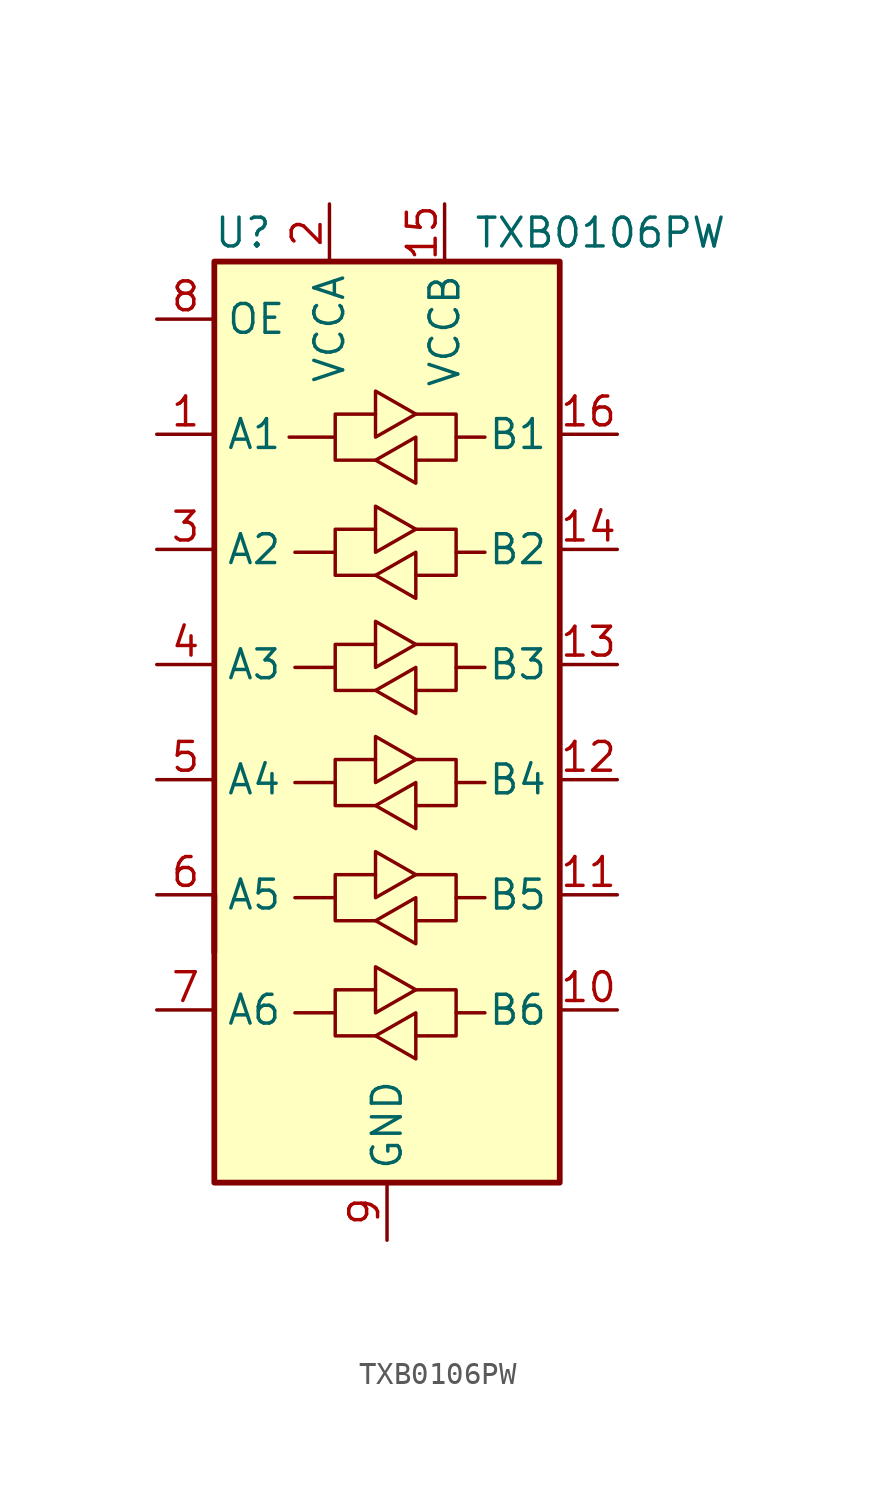
<source format=kicad_sym>
(kicad_symbol_lib
  (version 20220914)
  (generator kicad_symbol_editor)
  (symbol "TXB0106PW"
    (property "Reference" "U"
      (at -6.35 16.51 0)
      (effects (font (size 1.27 1.27))))
    (property "Value" "TXB0106PW"
      (at 3.81 16.51 0)
      (effects (font (size 1.27 1.27)) (justify left)))
    (symbol "TXB0106PW_0_1"
      (rectangle (start -7.62 -12.7) (end -7.62 -15.24) (stroke (width 0.254) (type default)) (fill (type none)))
      (rectangle (start -7.62 15.24) (end 7.62 -25.4) (stroke (width 0.254) (type default)) (fill (type background)))
      (polyline (pts (xy -2.286 -17.907) (xy -2.286 -16.891) (xy -0.508 -16.891)) (stroke (width 0) (type default)) (fill (type none)))
      (polyline (pts (xy -2.286 -12.827) (xy -2.286 -11.811) (xy -0.508 -11.811)) (stroke (width 0) (type default)) (fill (type none)))
      (polyline (pts (xy -2.286 -7.747) (xy -2.286 -6.731) (xy -0.508 -6.731)) (stroke (width 0) (type default)) (fill (type none)))
      (polyline (pts (xy -2.286 -2.667) (xy -2.286 -1.651) (xy -0.508 -1.651)) (stroke (width 0) (type default)) (fill (type none)))
      (polyline (pts (xy -2.286 2.413) (xy -2.286 3.429) (xy -0.508 3.429)) (stroke (width 0) (type default)) (fill (type none)))
      (polyline (pts (xy -2.286 7.493) (xy -2.286 8.509) (xy -0.508 8.509)) (stroke (width 0) (type default)) (fill (type none)))
      (polyline (pts (xy 3.048 -17.907) (xy 3.048 -18.923) (xy 1.27 -18.923)) (stroke (width 0) (type default)) (fill (type none)))
      (polyline (pts (xy 3.048 -12.827) (xy 3.048 -13.843) (xy 1.27 -13.843)) (stroke (width 0) (type default)) (fill (type none)))
      (polyline (pts (xy 3.048 -7.747) (xy 3.048 -8.763) (xy 1.27 -8.763)) (stroke (width 0) (type default)) (fill (type none)))
      (polyline (pts (xy 3.048 -2.667) (xy 3.048 -3.683) (xy 1.27 -3.683)) (stroke (width 0) (type default)) (fill (type none)))
      (polyline (pts (xy 3.048 2.413) (xy 3.048 1.397) (xy 1.27 1.397)) (stroke (width 0) (type default)) (fill (type none)))
      (polyline (pts (xy 3.048 7.493) (xy 3.048 6.477) (xy 1.27 6.477)) (stroke (width 0) (type default)) (fill (type none)))
      (polyline (pts (xy -0.508 -18.923) (xy -2.286 -18.923) (xy -2.286 -17.907) (xy -4.064 -17.907)) (stroke (width 0) (type default)) (fill (type none)))
      (polyline (pts (xy -0.508 -18.923) (xy 1.27 -17.907) (xy 1.27 -19.939) (xy -0.508 -18.923)) (stroke (width 0) (type default)) (fill (type none)))
      (polyline (pts (xy -0.508 -13.843) (xy -2.286 -13.843) (xy -2.286 -12.827) (xy -4.064 -12.827)) (stroke (width 0) (type default)) (fill (type none)))
      (polyline (pts (xy -0.508 -13.843) (xy 1.27 -12.827) (xy 1.27 -14.859) (xy -0.508 -13.843)) (stroke (width 0) (type default)) (fill (type none)))
      (polyline (pts (xy -0.508 -8.763) (xy -2.286 -8.763) (xy -2.286 -7.747) (xy -4.064 -7.747)) (stroke (width 0) (type default)) (fill (type none)))
      (polyline (pts (xy -0.508 -8.763) (xy 1.27 -7.747) (xy 1.27 -9.779) (xy -0.508 -8.763)) (stroke (width 0) (type default)) (fill (type none)))
      (polyline (pts (xy -0.508 -3.683) (xy -2.286 -3.683) (xy -2.286 -2.667) (xy -4.064 -2.667)) (stroke (width 0) (type default)) (fill (type none)))
      (polyline (pts (xy -0.508 -3.683) (xy 1.27 -2.667) (xy 1.27 -4.699) (xy -0.508 -3.683)) (stroke (width 0) (type default)) (fill (type none)))
      (polyline (pts (xy -0.508 1.397) (xy -2.286 1.397) (xy -2.286 2.413) (xy -4.064 2.413)) (stroke (width 0) (type default)) (fill (type none)))
      (polyline (pts (xy -0.508 1.397) (xy 1.27 2.413) (xy 1.27 0.381) (xy -0.508 1.397)) (stroke (width 0) (type default)) (fill (type none)))
      (polyline (pts (xy -0.508 6.477) (xy -2.286 6.477) (xy -2.286 7.493) (xy -4.318 7.493)) (stroke (width 0) (type default)) (fill (type none)))
      (polyline (pts (xy -0.508 6.477) (xy 1.27 7.493) (xy 1.27 5.461) (xy -0.508 6.477)) (stroke (width 0) (type default)) (fill (type none)))
      (polyline (pts (xy 1.27 -16.891) (xy -0.508 -17.907) (xy -0.508 -15.875) (xy 1.27 -16.891)) (stroke (width 0) (type default)) (fill (type none)))
      (polyline (pts (xy 1.27 -16.891) (xy 3.048 -16.891) (xy 3.048 -17.907) (xy 4.318 -17.907)) (stroke (width 0) (type default)) (fill (type none)))
      (polyline (pts (xy 1.27 -11.811) (xy -0.508 -12.827) (xy -0.508 -10.795) (xy 1.27 -11.811)) (stroke (width 0) (type default)) (fill (type none)))
      (polyline (pts (xy 1.27 -11.811) (xy 3.048 -11.811) (xy 3.048 -12.827) (xy 4.318 -12.827)) (stroke (width 0) (type default)) (fill (type none)))
      (polyline (pts (xy 1.27 -6.731) (xy -0.508 -7.747) (xy -0.508 -5.715) (xy 1.27 -6.731)) (stroke (width 0) (type default)) (fill (type none)))
      (polyline (pts (xy 1.27 -6.731) (xy 3.048 -6.731) (xy 3.048 -7.747) (xy 4.318 -7.747)) (stroke (width 0) (type default)) (fill (type none)))
      (polyline (pts (xy 1.27 -1.651) (xy -0.508 -2.667) (xy -0.508 -0.635) (xy 1.27 -1.651)) (stroke (width 0) (type default)) (fill (type none)))
      (polyline (pts (xy 1.27 -1.651) (xy 3.048 -1.651) (xy 3.048 -2.667) (xy 4.318 -2.667)) (stroke (width 0) (type default)) (fill (type none)))
      (polyline (pts (xy 1.27 3.429) (xy -0.508 2.413) (xy -0.508 4.445) (xy 1.27 3.429)) (stroke (width 0) (type default)) (fill (type none)))
      (polyline (pts (xy 1.27 3.429) (xy 3.048 3.429) (xy 3.048 2.413) (xy 4.318 2.413)) (stroke (width 0) (type default)) (fill (type none)))
      (polyline (pts (xy 1.27 8.509) (xy -0.508 7.493) (xy -0.508 9.525) (xy 1.27 8.509)) (stroke (width 0) (type default)) (fill (type none)))
      (polyline (pts (xy 1.27 8.509) (xy 3.048 8.509) (xy 3.048 7.493) (xy 4.318 7.493)) (stroke (width 0) (type default)) (fill (type none))))
    (symbol "TXB0106PW_1_1"
      (pin bidirectional line (at -10.16 7.62 0) (length 2.54) (name "A1" (effects (font (size 1.27 1.27)))) (number "1" (effects (font (size 1.27 1.27)))))
      (pin bidirectional line (at 10.16 -17.78 180) (length 2.54) (name "B6" (effects (font (size 1.27 1.27)))) (number "10" (effects (font (size 1.27 1.27)))))
      (pin bidirectional line (at 10.16 -12.7 180) (length 2.54) (name "B5" (effects (font (size 1.27 1.27)))) (number "11" (effects (font (size 1.27 1.27)))))
      (pin bidirectional line (at 10.16 -7.62 180) (length 2.54) (name "B4" (effects (font (size 1.27 1.27)))) (number "12" (effects (font (size 1.27 1.27)))))
      (pin bidirectional line (at 10.16 -2.54 180) (length 2.54) (name "B3" (effects (font (size 1.27 1.27)))) (number "13" (effects (font (size 1.27 1.27)))))
      (pin bidirectional line (at 10.16 2.54 180) (length 2.54) (name "B2" (effects (font (size 1.27 1.27)))) (number "14" (effects (font (size 1.27 1.27)))))
      (pin power_in line (at 2.54 17.78 270) (length 2.54) (name "VCCB" (effects (font (size 1.27 1.27)))) (number "15" (effects (font (size 1.27 1.27)))))
      (pin bidirectional line (at 10.16 7.62 180) (length 2.54) (name "B1" (effects (font (size 1.27 1.27)))) (number "16" (effects (font (size 1.27 1.27)))))
      (pin power_in line (at -2.54 17.78 270) (length 2.54) (name "VCCA" (effects (font (size 1.27 1.27)))) (number "2" (effects (font (size 1.27 1.27)))))
      (pin bidirectional line (at -10.16 2.54 0) (length 2.54) (name "A2" (effects (font (size 1.27 1.27)))) (number "3" (effects (font (size 1.27 1.27)))))
      (pin bidirectional line (at -10.16 -2.54 0) (length 2.54) (name "A3" (effects (font (size 1.27 1.27)))) (number "4" (effects (font (size 1.27 1.27)))))
      (pin bidirectional line (at -10.16 -7.62 0) (length 2.54) (name "A4" (effects (font (size 1.27 1.27)))) (number "5" (effects (font (size 1.27 1.27)))))
      (pin bidirectional line (at -10.16 -12.7 0) (length 2.54) (name "A5" (effects (font (size 1.27 1.27)))) (number "6" (effects (font (size 1.27 1.27)))))
      (pin bidirectional line (at -10.16 -17.78 0) (length 2.54) (name "A6" (effects (font (size 1.27 1.27)))) (number "7" (effects (font (size 1.27 1.27)))))
      (pin input line (at -10.16 12.7 0) (length 2.54) (name "OE" (effects (font (size 1.27 1.27)))) (number "8" (effects (font (size 1.27 1.27)))))
      (pin power_in line (at 0 -27.94 90) (length 2.54) (name "GND" (effects (font (size 1.27 1.27)))) (number "9" (effects (font (size 1.27 1.27))))))))
</source>
